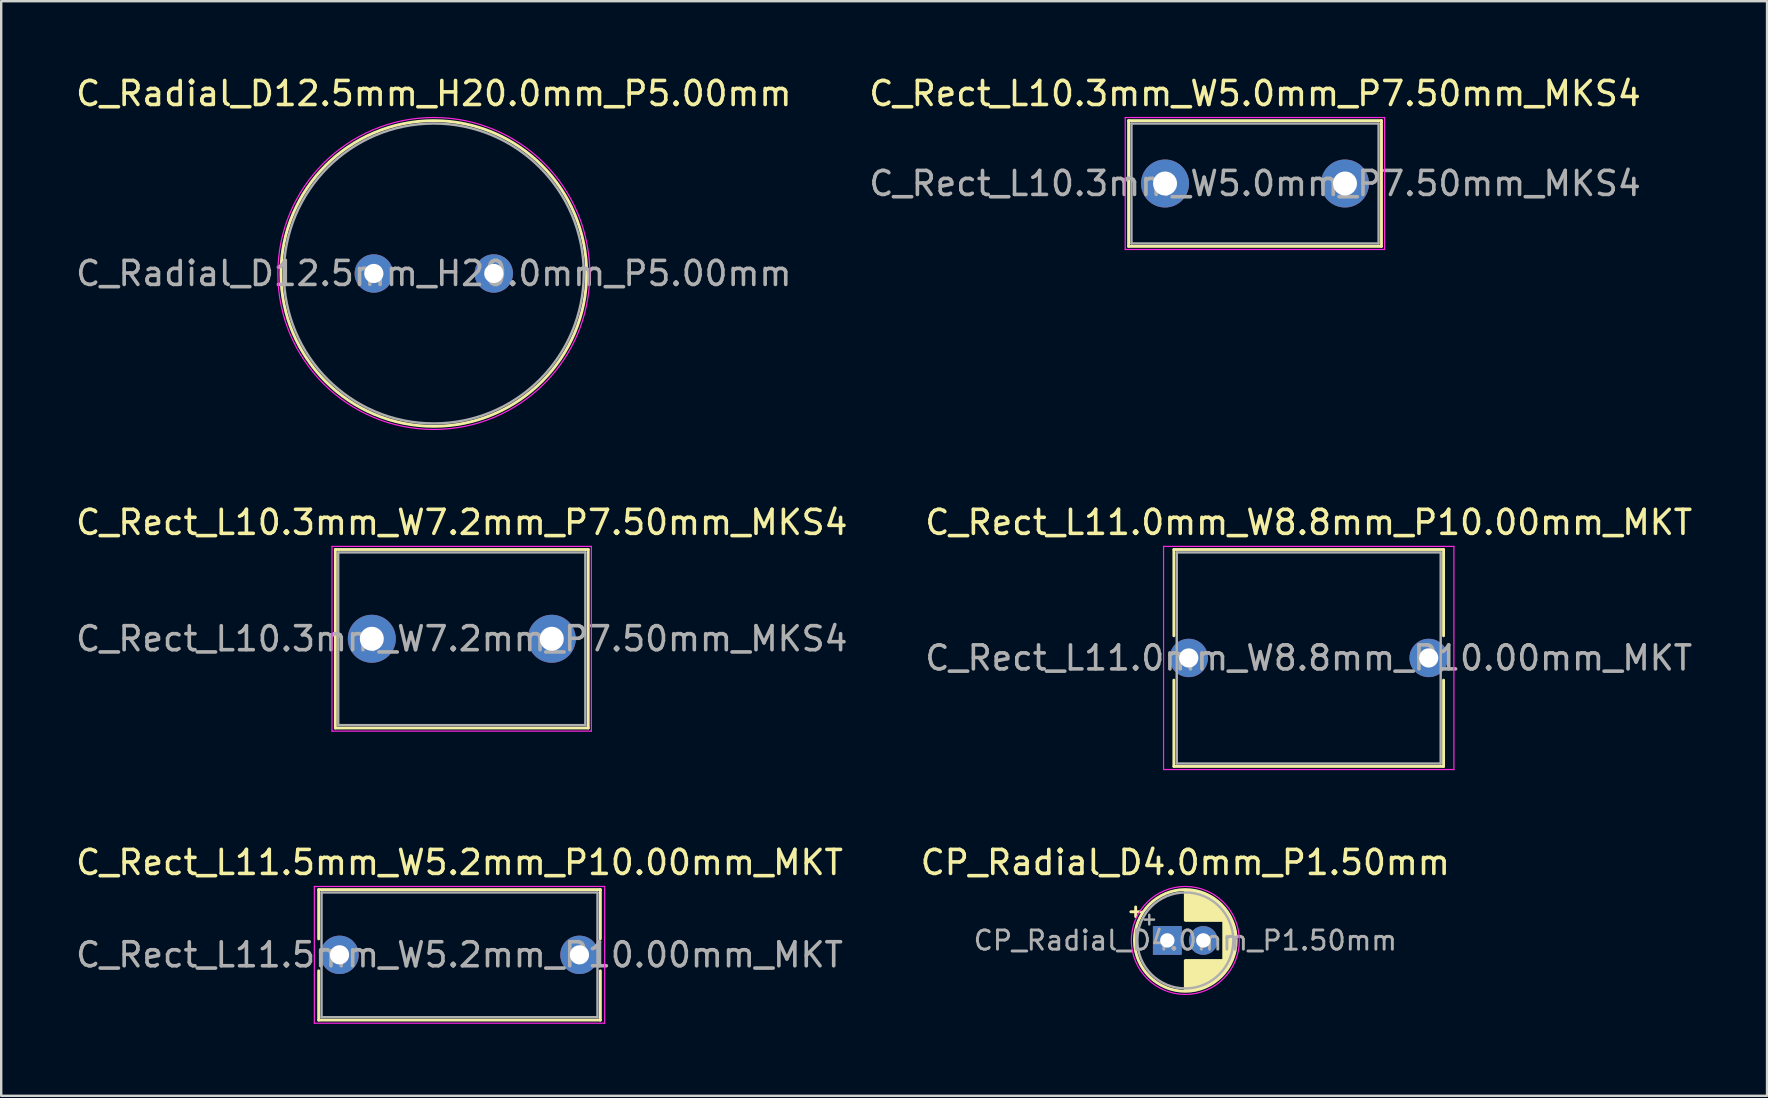
<source format=kicad_pcb>
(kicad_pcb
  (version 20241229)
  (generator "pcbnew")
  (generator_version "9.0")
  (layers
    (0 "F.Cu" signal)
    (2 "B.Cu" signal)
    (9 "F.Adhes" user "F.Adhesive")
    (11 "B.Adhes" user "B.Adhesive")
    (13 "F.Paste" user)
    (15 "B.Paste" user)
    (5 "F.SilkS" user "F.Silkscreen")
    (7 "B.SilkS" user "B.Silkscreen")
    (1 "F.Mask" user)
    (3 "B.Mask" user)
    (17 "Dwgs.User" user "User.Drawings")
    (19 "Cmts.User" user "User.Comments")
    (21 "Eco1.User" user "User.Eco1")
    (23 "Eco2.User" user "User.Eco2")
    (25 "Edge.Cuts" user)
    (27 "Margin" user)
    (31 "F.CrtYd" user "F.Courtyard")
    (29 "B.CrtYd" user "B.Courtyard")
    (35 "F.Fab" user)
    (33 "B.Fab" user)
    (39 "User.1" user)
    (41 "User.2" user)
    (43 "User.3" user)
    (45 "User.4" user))
  (footprint "C_Rect_L11.0mm_W8.8mm_P10.00mm_MKT"
    (layer "F.Cu")
    (at 46.494 24.372)
    (property "Reference" "C_Rect_L11.0mm_W8.8mm_P10.00mm_MKT" (at 5 -5.65 0) (layer "F.SilkS") (effects (font (size 1 1) (thickness 0.15))))
    (attr through_hole)
    (fp_line (start -0.62 -4.52) (end -0.62 -0.925) (stroke (width 0.12) (type solid)) (layer "F.SilkS"))
    (fp_line (start -0.62 -4.52) (end 10.62 -4.52) (stroke (width 0.12) (type solid)) (layer "F.SilkS"))
    (fp_line (start -0.62 0.925) (end -0.62 4.52) (stroke (width 0.12) (type solid)) (layer "F.SilkS"))
    (fp_line (start -0.62 4.52) (end 10.62 4.52) (stroke (width 0.12) (type solid)) (layer "F.SilkS"))
    (fp_line (start 10.62 -4.52) (end 10.62 -0.925) (stroke (width 0.12) (type solid)) (layer "F.SilkS"))
    (fp_line (start 10.62 0.925) (end 10.62 4.52) (stroke (width 0.12) (type solid)) (layer "F.SilkS"))
    (fp_line (start -1.05 -4.65) (end -1.05 4.65) (stroke (width 0.05) (type solid)) (layer "F.CrtYd"))
    (fp_line (start -1.05 4.65) (end 11.05 4.65) (stroke (width 0.05) (type solid)) (layer "F.CrtYd"))
    (fp_line (start 11.05 -4.65) (end -1.05 -4.65) (stroke (width 0.05) (type solid)) (layer "F.CrtYd"))
    (fp_line (start 11.05 4.65) (end 11.05 -4.65) (stroke (width 0.05) (type solid)) (layer "F.CrtYd"))
    (fp_line (start -0.5 -4.4) (end -0.5 4.4) (stroke (width 0.1) (type solid)) (layer "F.Fab"))
    (fp_line (start -0.5 4.4) (end 10.5 4.4) (stroke (width 0.1) (type solid)) (layer "F.Fab"))
    (fp_line (start 10.5 -4.4) (end -0.5 -4.4) (stroke (width 0.1) (type solid)) (layer "F.Fab"))
    (fp_line (start 10.5 4.4) (end 10.5 -4.4) (stroke (width 0.1) (type solid)) (layer "F.Fab"))
    (fp_text user "${REFERENCE}" (at 5 0 0) (layer "F.Fab") (effects (font (size 1 1) (thickness 0.15))))
    (pad "1" thru_hole circle (at 0 0) (size 1.6 1.6) (drill 0.8) (layers "*.Cu" "*.Mask"))
    (pad "2" thru_hole circle (at 10 0) (size 1.6 1.6) (drill 0.8) (layers "*.Cu" "*.Mask")))
  (footprint "C_Rect_L10.3mm_W7.2mm_P7.50mm_MKS4"
    (layer "F.Cu")
    (at 12.446 23.572)
    (property "Reference" "C_Rect_L10.3mm_W7.2mm_P7.50mm_MKS4" (at 3.75 -4.85 0) (layer "F.SilkS") (effects (font (size 1 1) (thickness 0.15))))
    (attr through_hole)
    (fp_line (start -1.52 -3.72) (end -1.52 3.72) (stroke (width 0.12) (type solid)) (layer "F.SilkS"))
    (fp_line (start -1.52 -3.72) (end 9.02 -3.72) (stroke (width 0.12) (type solid)) (layer "F.SilkS"))
    (fp_line (start -1.52 3.72) (end 9.02 3.72) (stroke (width 0.12) (type solid)) (layer "F.SilkS"))
    (fp_line (start 9.02 -3.72) (end 9.02 3.72) (stroke (width 0.12) (type solid)) (layer "F.SilkS"))
    (fp_line (start -1.66 -3.85) (end -1.66 3.85) (stroke (width 0.05) (type solid)) (layer "F.CrtYd"))
    (fp_line (start -1.66 3.85) (end 9.15 3.85) (stroke (width 0.05) (type solid)) (layer "F.CrtYd"))
    (fp_line (start 9.15 -3.85) (end -1.66 -3.85) (stroke (width 0.05) (type solid)) (layer "F.CrtYd"))
    (fp_line (start 9.15 3.85) (end 9.15 -3.85) (stroke (width 0.05) (type solid)) (layer "F.CrtYd"))
    (fp_line (start -1.4 -3.6) (end -1.4 3.6) (stroke (width 0.1) (type solid)) (layer "F.Fab"))
    (fp_line (start -1.4 3.6) (end 8.9 3.6) (stroke (width 0.1) (type solid)) (layer "F.Fab"))
    (fp_line (start 8.9 -3.6) (end -1.4 -3.6) (stroke (width 0.1) (type solid)) (layer "F.Fab"))
    (fp_line (start 8.9 3.6) (end 8.9 -3.6) (stroke (width 0.1) (type solid)) (layer "F.Fab"))
    (fp_text user "${REFERENCE}" (at 3.75 0 0) (layer "F.Fab") (effects (font (size 1 1) (thickness 0.15))))
    (pad "1" thru_hole circle (at 0 0) (size 2 2) (drill 1) (layers "*.Cu" "*.Mask"))
    (pad "2" thru_hole circle (at 7.5 0) (size 2 2) (drill 1) (layers "*.Cu" "*.Mask")))
  (footprint "CP_Radial_D4.0mm_P1.50mm"
    (layer "F.Cu")
    (at 45.601 36.145)
    (property "Reference" "CP_Radial_D4.0mm_P1.50mm" (at 0.75 -3.25 0) (layer "F.SilkS") (effects (font (size 1 1) (thickness 0.15))))
    (attr through_hole)
    (fp_line (start -1.52 -1.195) (end -1.12 -1.195) (stroke (width 0.12) (type solid)) (layer "F.SilkS"))
    (fp_line (start -1.32 -1.395) (end -1.32 -0.995) (stroke (width 0.12) (type solid)) (layer "F.SilkS"))
    (fp_line (start 0.75 -2.08) (end 0.75 -0.84) (stroke (width 0.12) (type solid)) (layer "F.SilkS"))
    (fp_line (start 0.75 0.84) (end 0.75 2.08) (stroke (width 0.12) (type solid)) (layer "F.SilkS"))
    (fp_line (start 0.79 -2.08) (end 0.79 -0.84) (stroke (width 0.12) (type solid)) (layer "F.SilkS"))
    (fp_line (start 0.79 0.84) (end 0.79 2.08) (stroke (width 0.12) (type solid)) (layer "F.SilkS"))
    (fp_line (start 0.83 -2.079) (end 0.83 -0.84) (stroke (width 0.12) (type solid)) (layer "F.SilkS"))
    (fp_line (start 0.83 0.84) (end 0.83 2.079) (stroke (width 0.12) (type solid)) (layer "F.SilkS"))
    (fp_line (start 0.87 -2.077) (end 0.87 -0.84) (stroke (width 0.12) (type solid)) (layer "F.SilkS"))
    (fp_line (start 0.87 0.84) (end 0.87 2.077) (stroke (width 0.12) (type solid)) (layer "F.SilkS"))
    (fp_line (start 0.91 -2.074) (end 0.91 -0.84) (stroke (width 0.12) (type solid)) (layer "F.SilkS"))
    (fp_line (start 0.91 0.84) (end 0.91 2.074) (stroke (width 0.12) (type solid)) (layer "F.SilkS"))
    (fp_line (start 0.95 -2.071) (end 0.95 -0.84) (stroke (width 0.12) (type solid)) (layer "F.SilkS"))
    (fp_line (start 0.95 0.84) (end 0.95 2.071) (stroke (width 0.12) (type solid)) (layer "F.SilkS"))
    (fp_line (start 0.99 -2.067) (end 0.99 -0.84) (stroke (width 0.12) (type solid)) (layer "F.SilkS"))
    (fp_line (start 0.99 0.84) (end 0.99 2.067) (stroke (width 0.12) (type solid)) (layer "F.SilkS"))
    (fp_line (start 1.03 -2.062) (end 1.03 -0.84) (stroke (width 0.12) (type solid)) (layer "F.SilkS"))
    (fp_line (start 1.03 0.84) (end 1.03 2.062) (stroke (width 0.12) (type solid)) (layer "F.SilkS"))
    (fp_line (start 1.07 -2.056) (end 1.07 -0.84) (stroke (width 0.12) (type solid)) (layer "F.SilkS"))
    (fp_line (start 1.07 0.84) (end 1.07 2.056) (stroke (width 0.12) (type solid)) (layer "F.SilkS"))
    (fp_line (start 1.11 -2.05) (end 1.11 -0.84) (stroke (width 0.12) (type solid)) (layer "F.SilkS"))
    (fp_line (start 1.11 0.84) (end 1.11 2.05) (stroke (width 0.12) (type solid)) (layer "F.SilkS"))
    (fp_line (start 1.15 -2.042) (end 1.15 -0.84) (stroke (width 0.12) (type solid)) (layer "F.SilkS"))
    (fp_line (start 1.15 0.84) (end 1.15 2.042) (stroke (width 0.12) (type solid)) (layer "F.SilkS"))
    (fp_line (start 1.19 -2.034) (end 1.19 -0.84) (stroke (width 0.12) (type solid)) (layer "F.SilkS"))
    (fp_line (start 1.19 0.84) (end 1.19 2.034) (stroke (width 0.12) (type solid)) (layer "F.SilkS"))
    (fp_line (start 1.23 -2.025) (end 1.23 -0.84) (stroke (width 0.12) (type solid)) (layer "F.SilkS"))
    (fp_line (start 1.23 0.84) (end 1.23 2.025) (stroke (width 0.12) (type solid)) (layer "F.SilkS"))
    (fp_line (start 1.27 -2.016) (end 1.27 -0.84) (stroke (width 0.12) (type solid)) (layer "F.SilkS"))
    (fp_line (start 1.27 0.84) (end 1.27 2.016) (stroke (width 0.12) (type solid)) (layer "F.SilkS"))
    (fp_line (start 1.31 -2.005) (end 1.31 -0.84) (stroke (width 0.12) (type solid)) (layer "F.SilkS"))
    (fp_line (start 1.31 0.84) (end 1.31 2.005) (stroke (width 0.12) (type solid)) (layer "F.SilkS"))
    (fp_line (start 1.35 -1.994) (end 1.35 -0.84) (stroke (width 0.12) (type solid)) (layer "F.SilkS"))
    (fp_line (start 1.35 0.84) (end 1.35 1.994) (stroke (width 0.12) (type solid)) (layer "F.SilkS"))
    (fp_line (start 1.39 -1.982) (end 1.39 -0.84) (stroke (width 0.12) (type solid)) (layer "F.SilkS"))
    (fp_line (start 1.39 0.84) (end 1.39 1.982) (stroke (width 0.12) (type solid)) (layer "F.SilkS"))
    (fp_line (start 1.43 -1.968) (end 1.43 -0.84) (stroke (width 0.12) (type solid)) (layer "F.SilkS"))
    (fp_line (start 1.43 0.84) (end 1.43 1.968) (stroke (width 0.12) (type solid)) (layer "F.SilkS"))
    (fp_line (start 1.471 -1.954) (end 1.471 -0.84) (stroke (width 0.12) (type solid)) (layer "F.SilkS"))
    (fp_line (start 1.471 0.84) (end 1.471 1.954) (stroke (width 0.12) (type solid)) (layer "F.SilkS"))
    (fp_line (start 1.511 -1.94) (end 1.511 -0.84) (stroke (width 0.12) (type solid)) (layer "F.SilkS"))
    (fp_line (start 1.511 0.84) (end 1.511 1.94) (stroke (width 0.12) (type solid)) (layer "F.SilkS"))
    (fp_line (start 1.551 -1.924) (end 1.551 -0.84) (stroke (width 0.12) (type solid)) (layer "F.SilkS"))
    (fp_line (start 1.551 0.84) (end 1.551 1.924) (stroke (width 0.12) (type solid)) (layer "F.SilkS"))
    (fp_line (start 1.591 -1.907) (end 1.591 -0.84) (stroke (width 0.12) (type solid)) (layer "F.SilkS"))
    (fp_line (start 1.591 0.84) (end 1.591 1.907) (stroke (width 0.12) (type solid)) (layer "F.SilkS"))
    (fp_line (start 1.631 -1.889) (end 1.631 -0.84) (stroke (width 0.12) (type solid)) (layer "F.SilkS"))
    (fp_line (start 1.631 0.84) (end 1.631 1.889) (stroke (width 0.12) (type solid)) (layer "F.SilkS"))
    (fp_line (start 1.671 -1.87) (end 1.671 -0.84) (stroke (width 0.12) (type solid)) (layer "F.SilkS"))
    (fp_line (start 1.671 0.84) (end 1.671 1.87) (stroke (width 0.12) (type solid)) (layer "F.SilkS"))
    (fp_line (start 1.711 -1.851) (end 1.711 -0.84) (stroke (width 0.12) (type solid)) (layer "F.SilkS"))
    (fp_line (start 1.711 0.84) (end 1.711 1.851) (stroke (width 0.12) (type solid)) (layer "F.SilkS"))
    (fp_line (start 1.751 -1.83) (end 1.751 -0.84) (stroke (width 0.12) (type solid)) (layer "F.SilkS"))
    (fp_line (start 1.751 0.84) (end 1.751 1.83) (stroke (width 0.12) (type solid)) (layer "F.SilkS"))
    (fp_line (start 1.791 -1.808) (end 1.791 -0.84) (stroke (width 0.12) (type solid)) (layer "F.SilkS"))
    (fp_line (start 1.791 0.84) (end 1.791 1.808) (stroke (width 0.12) (type solid)) (layer "F.SilkS"))
    (fp_line (start 1.831 -1.785) (end 1.831 -0.84) (stroke (width 0.12) (type solid)) (layer "F.SilkS"))
    (fp_line (start 1.831 0.84) (end 1.831 1.785) (stroke (width 0.12) (type solid)) (layer "F.SilkS"))
    (fp_line (start 1.871 -1.76) (end 1.871 -0.84) (stroke (width 0.12) (type solid)) (layer "F.SilkS"))
    (fp_line (start 1.871 0.84) (end 1.871 1.76) (stroke (width 0.12) (type solid)) (layer "F.SilkS"))
    (fp_line (start 1.911 -1.735) (end 1.911 -0.84) (stroke (width 0.12) (type solid)) (layer "F.SilkS"))
    (fp_line (start 1.911 0.84) (end 1.911 1.735) (stroke (width 0.12) (type solid)) (layer "F.SilkS"))
    (fp_line (start 1.951 -1.708) (end 1.951 -0.84) (stroke (width 0.12) (type solid)) (layer "F.SilkS"))
    (fp_line (start 1.951 0.84) (end 1.951 1.708) (stroke (width 0.12) (type solid)) (layer "F.SilkS"))
    (fp_line (start 1.991 -1.68) (end 1.991 -0.84) (stroke (width 0.12) (type solid)) (layer "F.SilkS"))
    (fp_line (start 1.991 0.84) (end 1.991 1.68) (stroke (width 0.12) (type solid)) (layer "F.SilkS"))
    (fp_line (start 2.031 -1.65) (end 2.031 -0.84) (stroke (width 0.12) (type solid)) (layer "F.SilkS"))
    (fp_line (start 2.031 0.84) (end 2.031 1.65) (stroke (width 0.12) (type solid)) (layer "F.SilkS"))
    (fp_line (start 2.071 -1.619) (end 2.071 -0.84) (stroke (width 0.12) (type solid)) (layer "F.SilkS"))
    (fp_line (start 2.071 0.84) (end 2.071 1.619) (stroke (width 0.12) (type solid)) (layer "F.SilkS"))
    (fp_line (start 2.111 -1.587) (end 2.111 -0.84) (stroke (width 0.12) (type solid)) (layer "F.SilkS"))
    (fp_line (start 2.111 0.84) (end 2.111 1.587) (stroke (width 0.12) (type solid)) (layer "F.SilkS"))
    (fp_line (start 2.151 -1.552) (end 2.151 -0.84) (stroke (width 0.12) (type solid)) (layer "F.SilkS"))
    (fp_line (start 2.151 0.84) (end 2.151 1.552) (stroke (width 0.12) (type solid)) (layer "F.SilkS"))
    (fp_line (start 2.191 -1.516) (end 2.191 -0.84) (stroke (width 0.12) (type solid)) (layer "F.SilkS"))
    (fp_line (start 2.191 0.84) (end 2.191 1.516) (stroke (width 0.12) (type solid)) (layer "F.SilkS"))
    (fp_line (start 2.231 -1.478) (end 2.231 -0.84) (stroke (width 0.12) (type solid)) (layer "F.SilkS"))
    (fp_line (start 2.231 0.84) (end 2.231 1.478) (stroke (width 0.12) (type solid)) (layer "F.SilkS"))
    (fp_line (start 2.271 -1.438) (end 2.271 -0.84) (stroke (width 0.12) (type solid)) (layer "F.SilkS"))
    (fp_line (start 2.271 0.84) (end 2.271 1.438) (stroke (width 0.12) (type solid)) (layer "F.SilkS"))
    (fp_line (start 2.311 -1.396) (end 2.311 -0.84) (stroke (width 0.12) (type solid)) (layer "F.SilkS"))
    (fp_line (start 2.311 0.84) (end 2.311 1.396) (stroke (width 0.12) (type solid)) (layer "F.SilkS"))
    (fp_line (start 2.351 -1.351) (end 2.351 1.351) (stroke (width 0.12) (type solid)) (layer "F.SilkS"))
    (fp_line (start 2.391 -1.304) (end 2.391 1.304) (stroke (width 0.12) (type solid)) (layer "F.SilkS"))
    (fp_line (start 2.431 -1.254) (end 2.431 1.254) (stroke (width 0.12) (type solid)) (layer "F.SilkS"))
    (fp_line (start 2.471 -1.2) (end 2.471 1.2) (stroke (width 0.12) (type solid)) (layer "F.SilkS"))
    (fp_line (start 2.511 -1.142) (end 2.511 1.142) (stroke (width 0.12) (type solid)) (layer "F.SilkS"))
    (fp_line (start 2.551 -1.08) (end 2.551 1.08) (stroke (width 0.12) (type solid)) (layer "F.SilkS"))
    (fp_line (start 2.591 -1.013) (end 2.591 1.013) (stroke (width 0.12) (type solid)) (layer "F.SilkS"))
    (fp_line (start 2.631 -0.94) (end 2.631 0.94) (stroke (width 0.12) (type solid)) (layer "F.SilkS"))
    (fp_line (start 2.671 -0.859) (end 2.671 0.859) (stroke (width 0.12) (type solid)) (layer "F.SilkS"))
    (fp_line (start 2.711 -0.768) (end 2.711 0.768) (stroke (width 0.12) (type solid)) (layer "F.SilkS"))
    (fp_line (start 2.751 -0.664) (end 2.751 0.664) (stroke (width 0.12) (type solid)) (layer "F.SilkS"))
    (fp_line (start 2.791 -0.537) (end 2.791 0.537) (stroke (width 0.12) (type solid)) (layer "F.SilkS"))
    (fp_line (start 2.831 -0.37) (end 2.831 0.37) (stroke (width 0.12) (type solid)) (layer "F.SilkS"))
    (fp_circle (center 0.75 0) (end 2.87 0) (stroke (width 0.12) (type solid)) (fill no) (layer "F.SilkS"))
    (fp_circle (center 0.75 0) (end 3 0) (stroke (width 0.05) (type solid)) (fill no) (layer "F.CrtYd"))
    (fp_line (start -0.953 -0.868) (end -0.553 -0.868) (stroke (width 0.1) (type solid)) (layer "F.Fab"))
    (fp_line (start -0.753 -1.067) (end -0.753 -0.667) (stroke (width 0.1) (type solid)) (layer "F.Fab"))
    (fp_circle (center 0.75 0) (end 2.75 0) (stroke (width 0.1) (type solid)) (fill no) (layer "F.Fab"))
    (fp_text user "${REFERENCE}" (at 0.75 0 0) (layer "F.Fab") (effects (font (size 0.8 0.8) (thickness 0.12))))
    (pad "1" thru_hole rect (at 0 0) (size 1.2 1.2) (drill 0.6) (layers "*.Cu" "*.Mask"))
    (pad "2" thru_hole circle (at 1.5 0) (size 1.2 1.2) (drill 0.6) (layers "*.Cu" "*.Mask")))
  (footprint "C_Radial_D12.5mm_H20.0mm_P5.00mm"
    (layer "F.Cu")
    (at 12.53 8.348)
    (property "Reference" "C_Radial_D12.5mm_H20.0mm_P5.00mm" (at 2.5 -7.5 0) (layer "F.SilkS") (effects (font (size 1 1) (thickness 0.15))))
    (attr through_hole)
    (fp_circle (center 2.5 0) (end 8.87 0) (stroke (width 0.12) (type solid)) (fill no) (layer "F.SilkS"))
    (fp_circle (center 2.5 0) (end 9 0) (stroke (width 0.05) (type solid)) (fill no) (layer "F.CrtYd"))
    (fp_circle (center 2.5 0) (end 8.75 0) (stroke (width 0.1) (type solid)) (fill no) (layer "F.Fab"))
    (fp_text user "${REFERENCE}" (at 2.5 0 0) (layer "F.Fab") (effects (font (size 1 1) (thickness 0.15))))
    (pad "1" thru_hole circle (at 0 0) (size 1.6 1.6) (drill 0.8) (layers "*.Cu" "*.Mask"))
    (pad "2" thru_hole circle (at 5 0) (size 1.6 1.6) (drill 0.8) (layers "*.Cu" "*.Mask")))
  (footprint "C_Rect_L11.5mm_W5.2mm_P10.00mm_MKT"
    (layer "F.Cu")
    (at 11.101 36.745)
    (property "Reference" "C_Rect_L11.5mm_W5.2mm_P10.00mm_MKT" (at 5 -3.85 0) (layer "F.SilkS") (effects (font (size 1 1) (thickness 0.15))))
    (attr through_hole)
    (fp_line (start -0.87 -2.72) (end -0.87 -0.665) (stroke (width 0.12) (type solid)) (layer "F.SilkS"))
    (fp_line (start -0.87 -2.72) (end 10.87 -2.72) (stroke (width 0.12) (type solid)) (layer "F.SilkS"))
    (fp_line (start -0.87 0.665) (end -0.87 2.72) (stroke (width 0.12) (type solid)) (layer "F.SilkS"))
    (fp_line (start -0.87 2.72) (end 10.87 2.72) (stroke (width 0.12) (type solid)) (layer "F.SilkS"))
    (fp_line (start 10.87 -2.72) (end 10.87 -0.665) (stroke (width 0.12) (type solid)) (layer "F.SilkS"))
    (fp_line (start 10.87 0.665) (end 10.87 2.72) (stroke (width 0.12) (type solid)) (layer "F.SilkS"))
    (fp_line (start -1.05 -2.85) (end -1.05 2.85) (stroke (width 0.05) (type solid)) (layer "F.CrtYd"))
    (fp_line (start -1.05 2.85) (end 11.05 2.85) (stroke (width 0.05) (type solid)) (layer "F.CrtYd"))
    (fp_line (start 11.05 -2.85) (end -1.05 -2.85) (stroke (width 0.05) (type solid)) (layer "F.CrtYd"))
    (fp_line (start 11.05 2.85) (end 11.05 -2.85) (stroke (width 0.05) (type solid)) (layer "F.CrtYd"))
    (fp_line (start -0.75 -2.6) (end -0.75 2.6) (stroke (width 0.1) (type solid)) (layer "F.Fab"))
    (fp_line (start -0.75 2.6) (end 10.75 2.6) (stroke (width 0.1) (type solid)) (layer "F.Fab"))
    (fp_line (start 10.75 -2.6) (end -0.75 -2.6) (stroke (width 0.1) (type solid)) (layer "F.Fab"))
    (fp_line (start 10.75 2.6) (end 10.75 -2.6) (stroke (width 0.1) (type solid)) (layer "F.Fab"))
    (fp_text user "${REFERENCE}" (at 5 0 0) (layer "F.Fab") (effects (font (size 1 1) (thickness 0.15))))
    (pad "1" thru_hole circle (at 0 0) (size 1.6 1.6) (drill 0.8) (layers "*.Cu" "*.Mask"))
    (pad "2" thru_hole circle (at 10 0) (size 1.6 1.6) (drill 0.8) (layers "*.Cu" "*.Mask")))
  (footprint "C_Rect_L10.3mm_W5.0mm_P7.50mm_MKS4"
    (layer "F.Cu")
    (at 45.506 4.598)
    (property "Reference" "C_Rect_L10.3mm_W5.0mm_P7.50mm_MKS4" (at 3.75 -3.75 0) (layer "F.SilkS") (effects (font (size 1 1) (thickness 0.15))))
    (attr through_hole)
    (fp_line (start -1.52 -2.62) (end -1.52 2.62) (stroke (width 0.12) (type solid)) (layer "F.SilkS"))
    (fp_line (start -1.52 -2.62) (end 9.02 -2.62) (stroke (width 0.12) (type solid)) (layer "F.SilkS"))
    (fp_line (start -1.52 2.62) (end 9.02 2.62) (stroke (width 0.12) (type solid)) (layer "F.SilkS"))
    (fp_line (start 9.02 -2.62) (end 9.02 2.62) (stroke (width 0.12) (type solid)) (layer "F.SilkS"))
    (fp_line (start -1.66 -2.75) (end -1.66 2.75) (stroke (width 0.05) (type solid)) (layer "F.CrtYd"))
    (fp_line (start -1.66 2.75) (end 9.15 2.75) (stroke (width 0.05) (type solid)) (layer "F.CrtYd"))
    (fp_line (start 9.15 -2.75) (end -1.66 -2.75) (stroke (width 0.05) (type solid)) (layer "F.CrtYd"))
    (fp_line (start 9.15 2.75) (end 9.15 -2.75) (stroke (width 0.05) (type solid)) (layer "F.CrtYd"))
    (fp_line (start -1.4 -2.5) (end -1.4 2.5) (stroke (width 0.1) (type solid)) (layer "F.Fab"))
    (fp_line (start -1.4 2.5) (end 8.9 2.5) (stroke (width 0.1) (type solid)) (layer "F.Fab"))
    (fp_line (start 8.9 -2.5) (end -1.4 -2.5) (stroke (width 0.1) (type solid)) (layer "F.Fab"))
    (fp_line (start 8.9 2.5) (end 8.9 -2.5) (stroke (width 0.1) (type solid)) (layer "F.Fab"))
    (fp_text user "${REFERENCE}" (at 3.75 0 0) (layer "F.Fab") (effects (font (size 1 1) (thickness 0.15))))
    (pad "1" thru_hole circle (at 0 0) (size 2 2) (drill 1) (layers "*.Cu" "*.Mask"))
    (pad "2" thru_hole circle (at 7.5 0) (size 2 2) (drill 1) (layers "*.Cu" "*.Mask")))
  (gr_rect
    (start -3 -3)
    (end 70.595 42.62)
    (stroke (width 0.1) (type default))
    (fill no)
    (layer "Edge.Cuts")))
</source>
